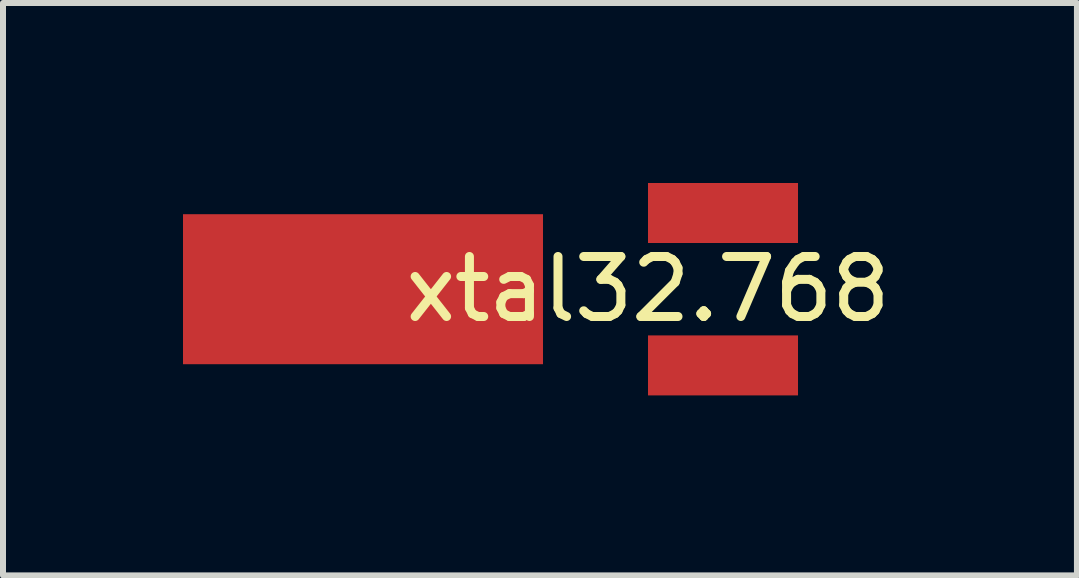
<source format=kicad_pcb>
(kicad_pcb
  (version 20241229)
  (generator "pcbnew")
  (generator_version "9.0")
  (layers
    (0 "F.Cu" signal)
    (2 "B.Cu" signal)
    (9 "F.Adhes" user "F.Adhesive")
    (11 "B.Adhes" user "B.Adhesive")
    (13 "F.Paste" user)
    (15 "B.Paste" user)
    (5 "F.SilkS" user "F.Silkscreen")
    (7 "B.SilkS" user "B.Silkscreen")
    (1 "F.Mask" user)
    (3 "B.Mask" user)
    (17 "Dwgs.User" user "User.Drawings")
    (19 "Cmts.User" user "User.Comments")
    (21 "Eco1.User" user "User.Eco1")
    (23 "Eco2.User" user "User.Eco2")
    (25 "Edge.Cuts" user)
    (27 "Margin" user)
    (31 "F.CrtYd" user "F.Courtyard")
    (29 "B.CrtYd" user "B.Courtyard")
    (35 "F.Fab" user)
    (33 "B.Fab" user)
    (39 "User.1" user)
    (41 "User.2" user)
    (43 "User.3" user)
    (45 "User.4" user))
  (footprint "xtal32.768"
    (layer "F.Cu")
    (at 7.75 1.77)
    (property "Reference" "xtal32.768" (at 0 0 0) (layer "F.SilkS") (effects (font (size 1 1) (thickness 0.15))))
    (attr through_hole)
    (pad "0" smd rect (at -4.75 0) (size 6 2.5) (layers "F.Cu" "F.Mask" "F.Paste"))
    (pad "1" smd rect (at 1.25 -1.27) (size 2.5 1) (layers "F.Cu" "F.Mask" "F.Paste"))
    (pad "2" smd rect (at 1.25 1.27) (size 2.5 1) (layers "F.Cu" "F.Mask" "F.Paste")))
  (gr_rect
    (start -3 -3)
    (end 14.899 6.54)
    (stroke (width 0.1) (type default))
    (fill no)
    (layer "Edge.Cuts")))
</source>
